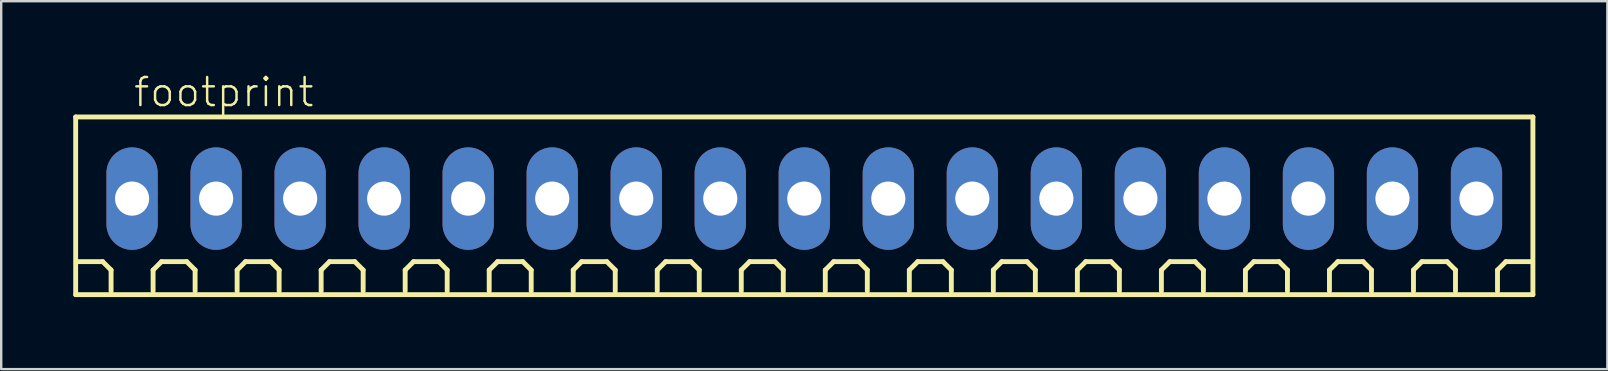
<source format=kicad_pcb>
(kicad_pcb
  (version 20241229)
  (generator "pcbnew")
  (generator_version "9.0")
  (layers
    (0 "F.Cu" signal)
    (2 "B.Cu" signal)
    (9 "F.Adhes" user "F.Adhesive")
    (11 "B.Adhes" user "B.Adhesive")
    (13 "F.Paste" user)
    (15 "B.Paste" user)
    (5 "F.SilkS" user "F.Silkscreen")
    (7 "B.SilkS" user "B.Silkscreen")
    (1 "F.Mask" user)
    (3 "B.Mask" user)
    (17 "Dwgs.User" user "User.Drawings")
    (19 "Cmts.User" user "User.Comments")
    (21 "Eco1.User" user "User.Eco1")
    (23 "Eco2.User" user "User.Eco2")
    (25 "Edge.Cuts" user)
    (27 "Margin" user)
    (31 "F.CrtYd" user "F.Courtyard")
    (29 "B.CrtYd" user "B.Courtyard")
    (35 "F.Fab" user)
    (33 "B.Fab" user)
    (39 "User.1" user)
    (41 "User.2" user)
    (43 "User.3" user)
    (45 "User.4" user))
  (footprint "footprint"
    (layer "F.Cu")
    (at 30.452 5.223)
    (property "Reference" "footprint" (at -28 -3.75 0) (layer "F.SilkS") (effects (font (size 1.168 1.168) (thickness 0.102)) (justify left bottom)))
    (fp_line (start -30.35 -3.4) (end 30.35 -3.4) (stroke (width 0.203) (type solid)) (layer "F.SilkS"))
    (fp_line (start -30.35 4) (end -30.35 -3.4) (stroke (width 0.203) (type solid)) (layer "F.SilkS"))
    (fp_line (start -29.225 2.625) (end -30.275 2.625) (stroke (width 0.203) (type solid)) (layer "F.SilkS"))
    (fp_line (start -28.875 2.975) (end -29.225 2.625) (stroke (width 0.203) (type solid)) (layer "F.SilkS"))
    (fp_line (start -28.875 3.85) (end -28.875 2.975) (stroke (width 0.203) (type solid)) (layer "F.SilkS"))
    (fp_line (start -27.125 2.975) (end -26.775 2.625) (stroke (width 0.203) (type solid)) (layer "F.SilkS"))
    (fp_line (start -27.125 3.85) (end -27.125 2.975) (stroke (width 0.203) (type solid)) (layer "F.SilkS"))
    (fp_line (start -26.775 2.625) (end -25.725 2.625) (stroke (width 0.203) (type solid)) (layer "F.SilkS"))
    (fp_line (start -25.725 2.625) (end -25.375 2.975) (stroke (width 0.203) (type solid)) (layer "F.SilkS"))
    (fp_line (start -25.375 2.975) (end -25.375 3.85) (stroke (width 0.203) (type solid)) (layer "F.SilkS"))
    (fp_line (start -23.625 2.975) (end -23.275 2.625) (stroke (width 0.203) (type solid)) (layer "F.SilkS"))
    (fp_line (start -23.625 3.85) (end -23.625 2.975) (stroke (width 0.203) (type solid)) (layer "F.SilkS"))
    (fp_line (start -23.275 2.625) (end -22.225 2.625) (stroke (width 0.203) (type solid)) (layer "F.SilkS"))
    (fp_line (start -22.225 2.625) (end -21.875 2.975) (stroke (width 0.203) (type solid)) (layer "F.SilkS"))
    (fp_line (start -21.875 2.975) (end -21.875 3.85) (stroke (width 0.203) (type solid)) (layer "F.SilkS"))
    (fp_line (start -20.125 2.975) (end -19.775 2.625) (stroke (width 0.203) (type solid)) (layer "F.SilkS"))
    (fp_line (start -20.125 3.85) (end -20.125 2.975) (stroke (width 0.203) (type solid)) (layer "F.SilkS"))
    (fp_line (start -19.775 2.625) (end -18.725 2.625) (stroke (width 0.203) (type solid)) (layer "F.SilkS"))
    (fp_line (start -18.725 2.625) (end -18.375 2.975) (stroke (width 0.203) (type solid)) (layer "F.SilkS"))
    (fp_line (start -18.375 2.975) (end -18.375 3.85) (stroke (width 0.203) (type solid)) (layer "F.SilkS"))
    (fp_line (start -16.625 2.975) (end -16.275 2.625) (stroke (width 0.203) (type solid)) (layer "F.SilkS"))
    (fp_line (start -16.625 3.85) (end -16.625 2.975) (stroke (width 0.203) (type solid)) (layer "F.SilkS"))
    (fp_line (start -16.275 2.625) (end -15.225 2.625) (stroke (width 0.203) (type solid)) (layer "F.SilkS"))
    (fp_line (start -15.225 2.625) (end -14.875 2.975) (stroke (width 0.203) (type solid)) (layer "F.SilkS"))
    (fp_line (start -14.875 2.975) (end -14.875 3.85) (stroke (width 0.203) (type solid)) (layer "F.SilkS"))
    (fp_line (start -13.125 2.975) (end -12.775 2.625) (stroke (width 0.203) (type solid)) (layer "F.SilkS"))
    (fp_line (start -13.125 3.85) (end -13.125 2.975) (stroke (width 0.203) (type solid)) (layer "F.SilkS"))
    (fp_line (start -12.775 2.625) (end -11.725 2.625) (stroke (width 0.203) (type solid)) (layer "F.SilkS"))
    (fp_line (start -11.725 2.625) (end -11.375 2.975) (stroke (width 0.203) (type solid)) (layer "F.SilkS"))
    (fp_line (start -11.375 2.975) (end -11.375 3.85) (stroke (width 0.203) (type solid)) (layer "F.SilkS"))
    (fp_line (start -9.625 2.975) (end -9.275 2.625) (stroke (width 0.203) (type solid)) (layer "F.SilkS"))
    (fp_line (start -9.625 3.85) (end -9.625 2.975) (stroke (width 0.203) (type solid)) (layer "F.SilkS"))
    (fp_line (start -9.275 2.625) (end -8.225 2.625) (stroke (width 0.203) (type solid)) (layer "F.SilkS"))
    (fp_line (start -8.225 2.625) (end -7.875 2.975) (stroke (width 0.203) (type solid)) (layer "F.SilkS"))
    (fp_line (start -7.875 2.975) (end -7.875 3.85) (stroke (width 0.203) (type solid)) (layer "F.SilkS"))
    (fp_line (start -6.125 2.975) (end -5.775 2.625) (stroke (width 0.203) (type solid)) (layer "F.SilkS"))
    (fp_line (start -6.125 3.85) (end -6.125 2.975) (stroke (width 0.203) (type solid)) (layer "F.SilkS"))
    (fp_line (start -5.775 2.625) (end -4.725 2.625) (stroke (width 0.203) (type solid)) (layer "F.SilkS"))
    (fp_line (start -4.725 2.625) (end -4.375 2.975) (stroke (width 0.203) (type solid)) (layer "F.SilkS"))
    (fp_line (start -4.375 2.975) (end -4.375 3.85) (stroke (width 0.203) (type solid)) (layer "F.SilkS"))
    (fp_line (start -2.625 2.975) (end -2.275 2.625) (stroke (width 0.203) (type solid)) (layer "F.SilkS"))
    (fp_line (start -2.625 3.85) (end -2.625 2.975) (stroke (width 0.203) (type solid)) (layer "F.SilkS"))
    (fp_line (start -2.275 2.625) (end -1.225 2.625) (stroke (width 0.203) (type solid)) (layer "F.SilkS"))
    (fp_line (start -1.225 2.625) (end -0.875 2.975) (stroke (width 0.203) (type solid)) (layer "F.SilkS"))
    (fp_line (start -0.875 2.975) (end -0.875 3.85) (stroke (width 0.203) (type solid)) (layer "F.SilkS"))
    (fp_line (start 0.875 2.975) (end 1.225 2.625) (stroke (width 0.203) (type solid)) (layer "F.SilkS"))
    (fp_line (start 0.875 3.85) (end 0.875 2.975) (stroke (width 0.203) (type solid)) (layer "F.SilkS"))
    (fp_line (start 1.225 2.625) (end 2.275 2.625) (stroke (width 0.203) (type solid)) (layer "F.SilkS"))
    (fp_line (start 2.275 2.625) (end 2.625 2.975) (stroke (width 0.203) (type solid)) (layer "F.SilkS"))
    (fp_line (start 2.625 2.975) (end 2.625 3.85) (stroke (width 0.203) (type solid)) (layer "F.SilkS"))
    (fp_line (start 4.375 2.975) (end 4.725 2.625) (stroke (width 0.203) (type solid)) (layer "F.SilkS"))
    (fp_line (start 4.375 3.85) (end 4.375 2.975) (stroke (width 0.203) (type solid)) (layer "F.SilkS"))
    (fp_line (start 4.725 2.625) (end 5.775 2.625) (stroke (width 0.203) (type solid)) (layer "F.SilkS"))
    (fp_line (start 5.775 2.625) (end 6.125 2.975) (stroke (width 0.203) (type solid)) (layer "F.SilkS"))
    (fp_line (start 6.125 2.975) (end 6.125 3.85) (stroke (width 0.203) (type solid)) (layer "F.SilkS"))
    (fp_line (start 7.875 2.975) (end 8.225 2.625) (stroke (width 0.203) (type solid)) (layer "F.SilkS"))
    (fp_line (start 7.875 3.85) (end 7.875 2.975) (stroke (width 0.203) (type solid)) (layer "F.SilkS"))
    (fp_line (start 8.225 2.625) (end 9.275 2.625) (stroke (width 0.203) (type solid)) (layer "F.SilkS"))
    (fp_line (start 9.275 2.625) (end 9.625 2.975) (stroke (width 0.203) (type solid)) (layer "F.SilkS"))
    (fp_line (start 9.625 2.975) (end 9.625 3.85) (stroke (width 0.203) (type solid)) (layer "F.SilkS"))
    (fp_line (start 11.375 2.975) (end 11.725 2.625) (stroke (width 0.203) (type solid)) (layer "F.SilkS"))
    (fp_line (start 11.375 3.85) (end 11.375 2.975) (stroke (width 0.203) (type solid)) (layer "F.SilkS"))
    (fp_line (start 11.725 2.625) (end 12.775 2.625) (stroke (width 0.203) (type solid)) (layer "F.SilkS"))
    (fp_line (start 12.775 2.625) (end 13.125 2.975) (stroke (width 0.203) (type solid)) (layer "F.SilkS"))
    (fp_line (start 13.125 2.975) (end 13.125 3.85) (stroke (width 0.203) (type solid)) (layer "F.SilkS"))
    (fp_line (start 14.875 2.975) (end 15.225 2.625) (stroke (width 0.203) (type solid)) (layer "F.SilkS"))
    (fp_line (start 14.875 3.85) (end 14.875 2.975) (stroke (width 0.203) (type solid)) (layer "F.SilkS"))
    (fp_line (start 15.225 2.625) (end 16.275 2.625) (stroke (width 0.203) (type solid)) (layer "F.SilkS"))
    (fp_line (start 16.275 2.625) (end 16.625 2.975) (stroke (width 0.203) (type solid)) (layer "F.SilkS"))
    (fp_line (start 16.625 2.975) (end 16.625 3.85) (stroke (width 0.203) (type solid)) (layer "F.SilkS"))
    (fp_line (start 18.375 2.975) (end 18.725 2.625) (stroke (width 0.203) (type solid)) (layer "F.SilkS"))
    (fp_line (start 18.375 3.85) (end 18.375 2.975) (stroke (width 0.203) (type solid)) (layer "F.SilkS"))
    (fp_line (start 18.725 2.625) (end 19.775 2.625) (stroke (width 0.203) (type solid)) (layer "F.SilkS"))
    (fp_line (start 19.775 2.625) (end 20.125 2.975) (stroke (width 0.203) (type solid)) (layer "F.SilkS"))
    (fp_line (start 20.125 2.975) (end 20.125 3.85) (stroke (width 0.203) (type solid)) (layer "F.SilkS"))
    (fp_line (start 21.875 2.975) (end 22.225 2.625) (stroke (width 0.203) (type solid)) (layer "F.SilkS"))
    (fp_line (start 21.875 3.85) (end 21.875 2.975) (stroke (width 0.203) (type solid)) (layer "F.SilkS"))
    (fp_line (start 22.225 2.625) (end 23.275 2.625) (stroke (width 0.203) (type solid)) (layer "F.SilkS"))
    (fp_line (start 23.275 2.625) (end 23.625 2.975) (stroke (width 0.203) (type solid)) (layer "F.SilkS"))
    (fp_line (start 23.625 2.975) (end 23.625 3.85) (stroke (width 0.203) (type solid)) (layer "F.SilkS"))
    (fp_line (start 25.375 2.975) (end 25.725 2.625) (stroke (width 0.203) (type solid)) (layer "F.SilkS"))
    (fp_line (start 25.375 3.85) (end 25.375 2.975) (stroke (width 0.203) (type solid)) (layer "F.SilkS"))
    (fp_line (start 25.725 2.625) (end 26.775 2.625) (stroke (width 0.203) (type solid)) (layer "F.SilkS"))
    (fp_line (start 26.775 2.625) (end 27.125 2.975) (stroke (width 0.203) (type solid)) (layer "F.SilkS"))
    (fp_line (start 27.125 2.975) (end 27.125 3.85) (stroke (width 0.203) (type solid)) (layer "F.SilkS"))
    (fp_line (start 28.875 2.975) (end 29.225 2.625) (stroke (width 0.203) (type solid)) (layer "F.SilkS"))
    (fp_line (start 28.875 3.85) (end 28.875 2.975) (stroke (width 0.203) (type solid)) (layer "F.SilkS"))
    (fp_line (start 29.225 2.625) (end 30.275 2.625) (stroke (width 0.203) (type solid)) (layer "F.SilkS"))
    (fp_line (start 30.35 -3.4) (end 30.35 4) (stroke (width 0.203) (type solid)) (layer "F.SilkS"))
    (fp_line (start 30.35 4) (end -30.35 4) (stroke (width 0.203) (type solid)) (layer "F.SilkS"))
    (pad "1" thru_hole oval (at -28 0 90) (size 4.267 2.134) (drill 1.422) (layers "*.Cu" "*.Mask"))
    (pad "2" thru_hole oval (at -24.5 0 90) (size 4.267 2.134) (drill 1.422) (layers "*.Cu" "*.Mask"))
    (pad "3" thru_hole oval (at -21 0 90) (size 4.267 2.134) (drill 1.422) (layers "*.Cu" "*.Mask"))
    (pad "4" thru_hole oval (at -17.5 0 90) (size 4.267 2.134) (drill 1.422) (layers "*.Cu" "*.Mask"))
    (pad "5" thru_hole oval (at -14 0 90) (size 4.267 2.134) (drill 1.422) (layers "*.Cu" "*.Mask"))
    (pad "6" thru_hole oval (at -10.5 0 90) (size 4.267 2.134) (drill 1.422) (layers "*.Cu" "*.Mask"))
    (pad "7" thru_hole oval (at -7 0 90) (size 4.267 2.134) (drill 1.422) (layers "*.Cu" "*.Mask"))
    (pad "8" thru_hole oval (at -3.5 0 90) (size 4.267 2.134) (drill 1.422) (layers "*.Cu" "*.Mask"))
    (pad "9" thru_hole oval (at 0 0 90) (size 4.267 2.134) (drill 1.422) (layers "*.Cu" "*.Mask"))
    (pad "10" thru_hole oval (at 3.5 0 90) (size 4.267 2.134) (drill 1.422) (layers "*.Cu" "*.Mask"))
    (pad "11" thru_hole oval (at 7 0 90) (size 4.267 2.134) (drill 1.422) (layers "*.Cu" "*.Mask"))
    (pad "12" thru_hole oval (at 10.5 0 90) (size 4.267 2.134) (drill 1.422) (layers "*.Cu" "*.Mask"))
    (pad "13" thru_hole oval (at 14 0 90) (size 4.267 2.134) (drill 1.422) (layers "*.Cu" "*.Mask"))
    (pad "14" thru_hole oval (at 17.5 0 90) (size 4.267 2.134) (drill 1.422) (layers "*.Cu" "*.Mask"))
    (pad "15" thru_hole oval (at 21 0 90) (size 4.267 2.134) (drill 1.422) (layers "*.Cu" "*.Mask"))
    (pad "16" thru_hole oval (at 24.5 0 90) (size 4.267 2.134) (drill 1.422) (layers "*.Cu" "*.Mask"))
    (pad "17" thru_hole oval (at 28 0 90) (size 4.267 2.134) (drill 1.422) (layers "*.Cu" "*.Mask")))
  (gr_rect
    (start -3 -3)
    (end 63.903 12.325)
    (stroke (width 0.1) (type default))
    (fill no)
    (layer "Edge.Cuts")))
</source>
